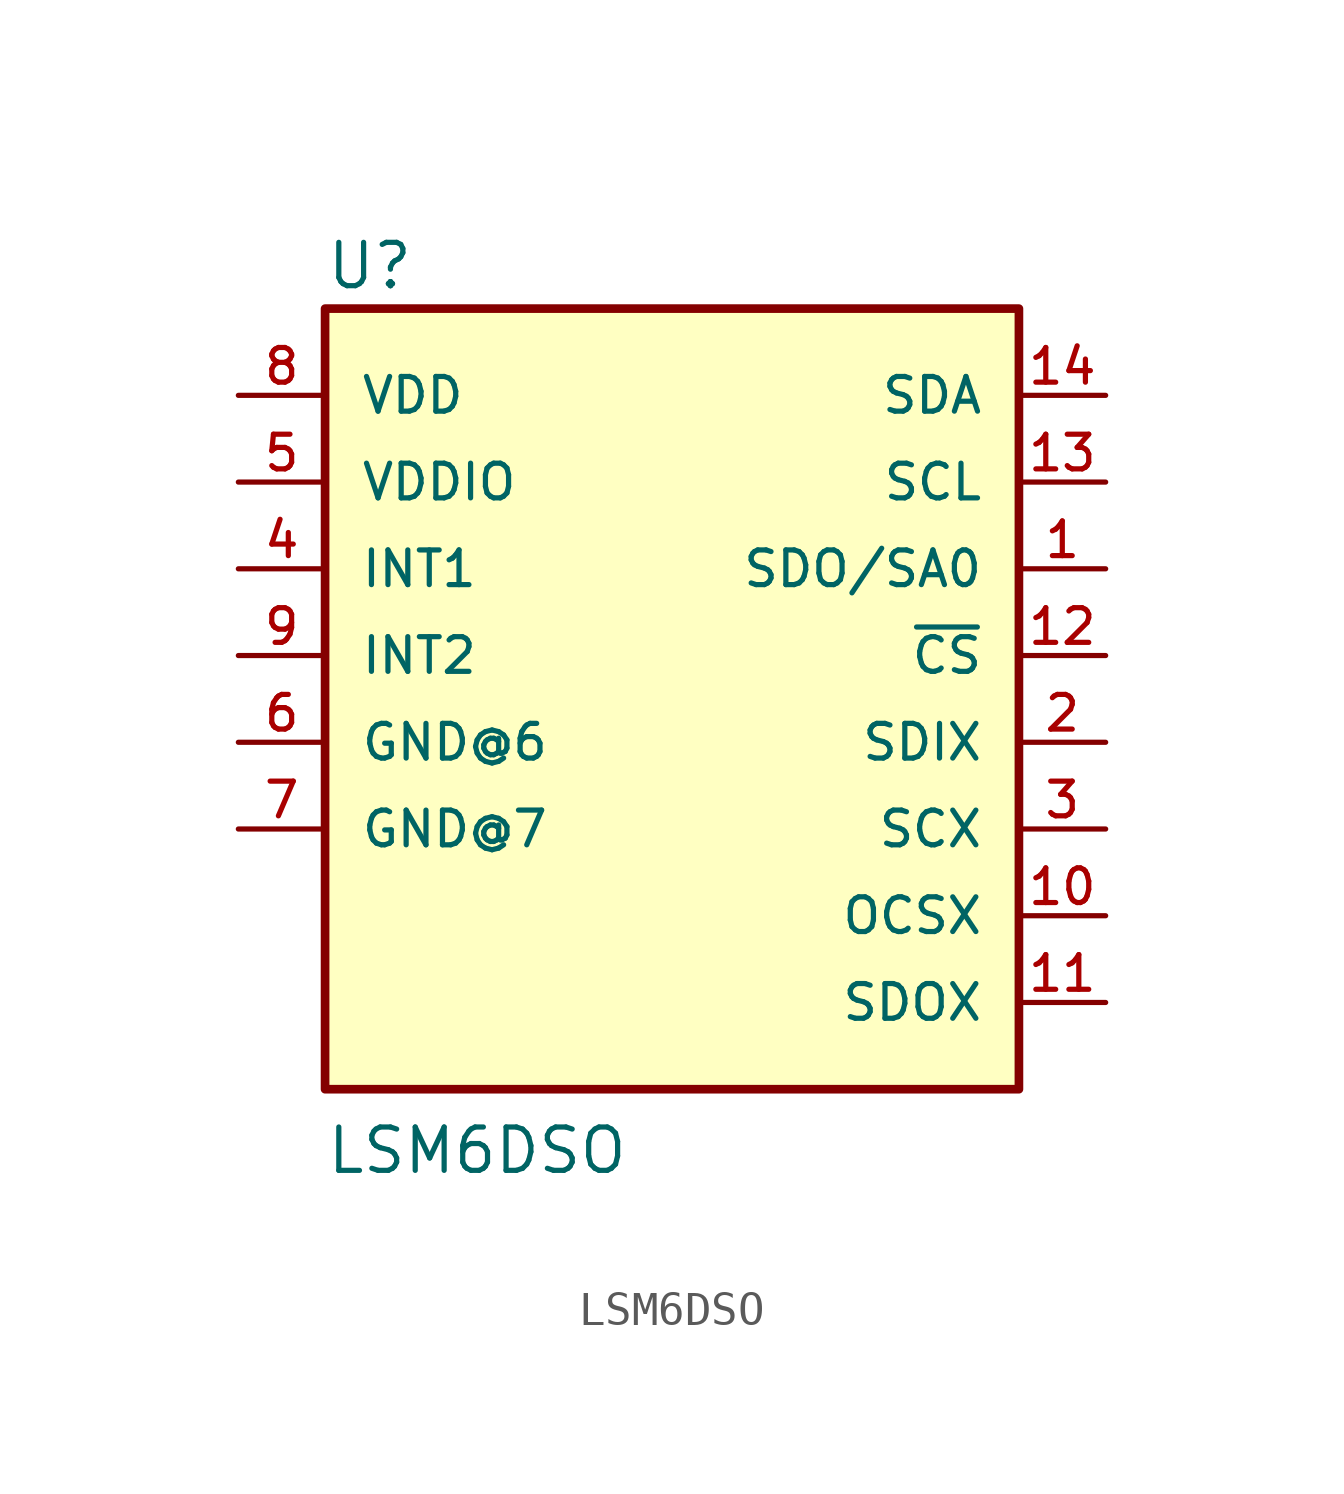
<source format=kicad_sym>
(kicad_symbol_lib
  (version 20211014)
  (generator kicad_symbol_editor)
  (symbol "LSM6DSO"
    (pin_names
      (offset 1.016))
    (property "Reference" "U"
      (at -10.16 13.208 0)
      (effects (font (size 1.27 1.27)) (justify bottom left)))
    (property "Value" "LSM6DSO"
      (at -10.16 -12.7 0)
      (effects (font (size 1.27 1.27)) (justify bottom left)))
    (symbol "LSM6DSO_0_0"
      (rectangle (start -10.16 -10.16) (end 10.16 12.7) (stroke (width 0.254)) (fill (type background)))
      (pin bidirectional line (at 12.7 2.54 180.0) (length 2.54) (name "~{CS}" (effects (font (size 1.016 1.016)))) (number "12" (effects (font (size 1.016 1.016)))))
      (pin bidirectional line (at -12.7 0.0 0) (length 2.54) (name "GND@6" (effects (font (size 1.016 1.016)))) (number "6" (effects (font (size 1.016 1.016)))))
      (pin bidirectional line (at -12.7 -2.54 0) (length 2.54) (name "GND@7" (effects (font (size 1.016 1.016)))) (number "7" (effects (font (size 1.016 1.016)))))
      (pin bidirectional line (at -12.7 5.08 0) (length 2.54) (name "INT1" (effects (font (size 1.016 1.016)))) (number "4" (effects (font (size 1.016 1.016)))))
      (pin bidirectional line (at -12.7 2.54 0) (length 2.54) (name "INT2" (effects (font (size 1.016 1.016)))) (number "9" (effects (font (size 1.016 1.016)))))
      (pin bidirectional line (at 12.7 -7.62 180.0) (length 2.54) (name "SDOX" (effects (font (size 1.016 1.016)))) (number "11" (effects (font (size 1.016 1.016)))))
      (pin bidirectional line (at 12.7 -5.08 180.0) (length 2.54) (name "OCSX" (effects (font (size 1.016 1.016)))) (number "10" (effects (font (size 1.016 1.016)))))
      (pin bidirectional line (at 12.7 7.62 180.0) (length 2.54) (name "SCL" (effects (font (size 1.016 1.016)))) (number "13" (effects (font (size 1.016 1.016)))))
      (pin bidirectional line (at 12.7 -2.54 180.0) (length 2.54) (name "SCX" (effects (font (size 1.016 1.016)))) (number "3" (effects (font (size 1.016 1.016)))))
      (pin bidirectional line (at 12.7 10.16 180.0) (length 2.54) (name "SDA" (effects (font (size 1.016 1.016)))) (number "14" (effects (font (size 1.016 1.016)))))
      (pin bidirectional line (at 12.7 5.08 180.0) (length 2.54) (name "SDO/SA0" (effects (font (size 1.016 1.016)))) (number "1" (effects (font (size 1.016 1.016)))))
      (pin bidirectional line (at 12.7 0.0 180.0) (length 2.54) (name "SDIX" (effects (font (size 1.016 1.016)))) (number "2" (effects (font (size 1.016 1.016)))))
      (pin bidirectional line (at -12.7 10.16 0) (length 2.54) (name "VDD" (effects (font (size 1.016 1.016)))) (number "8" (effects (font (size 1.016 1.016)))))
      (pin bidirectional line (at -12.7 7.62 0) (length 2.54) (name "VDDIO" (effects (font (size 1.016 1.016)))) (number "5" (effects (font (size 1.016 1.016))))))))
</source>
